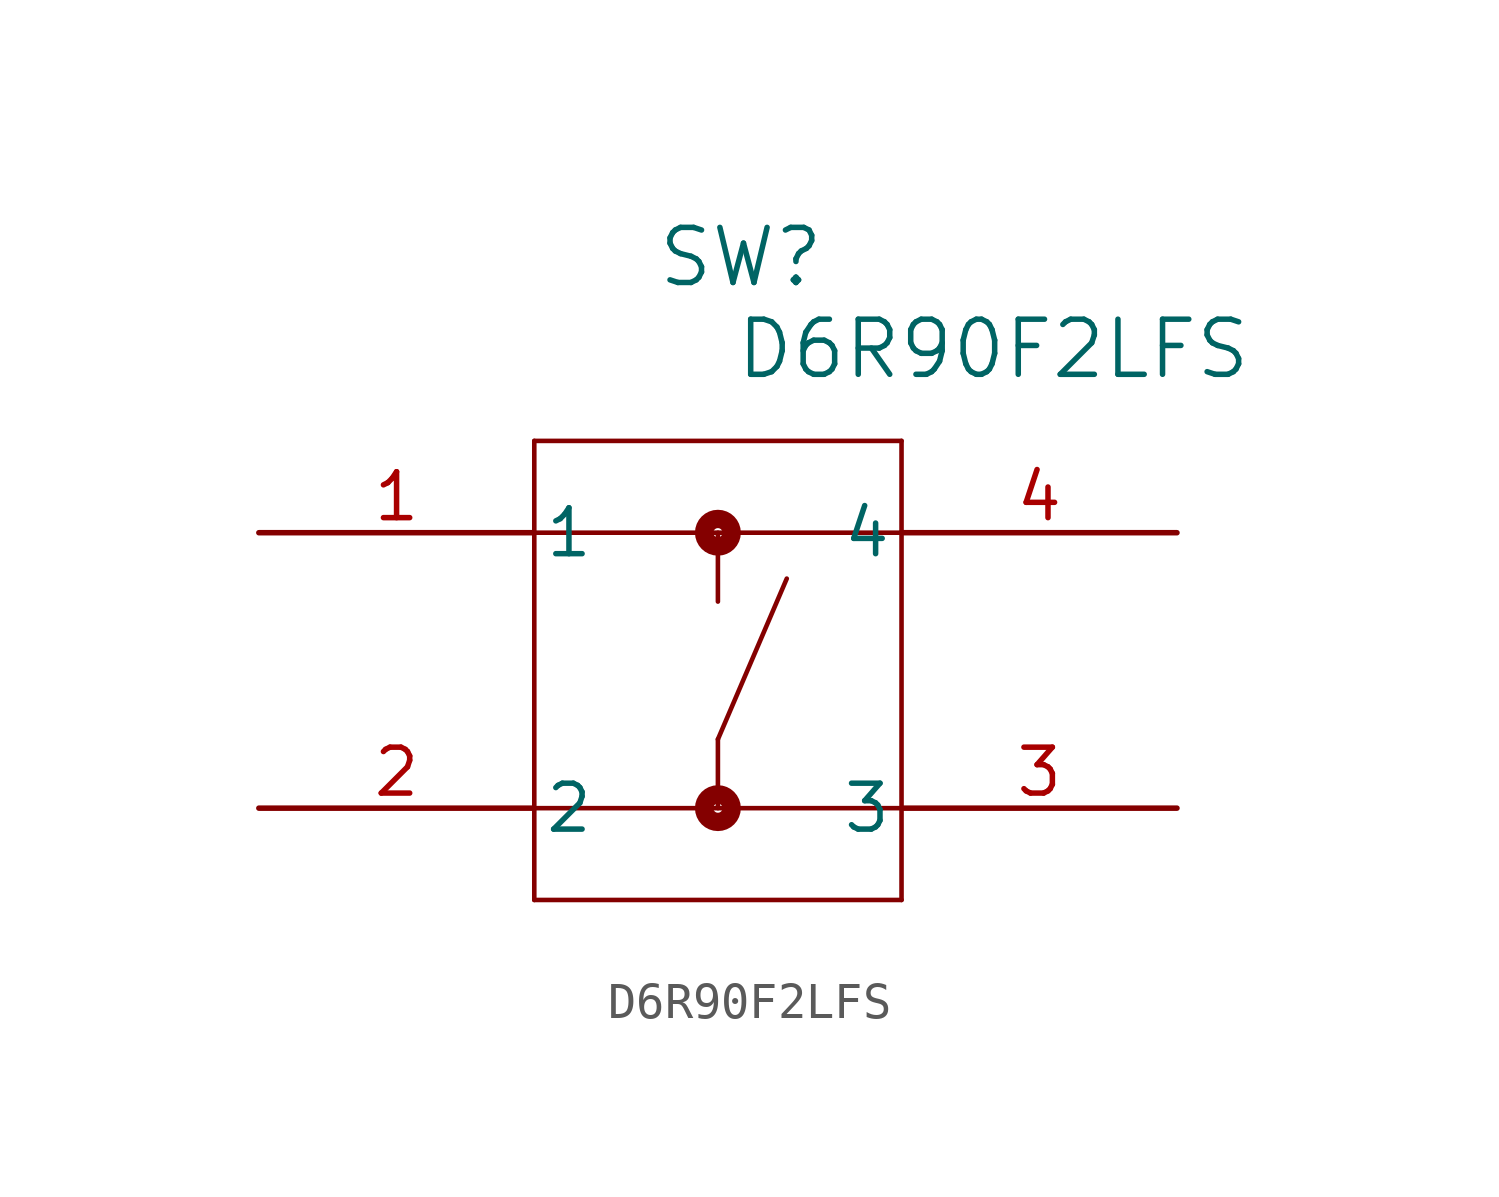
<source format=kicad_sym>
(kicad_symbol_lib
  (version 20211014)
  (generator kicad_symbol_editor)
  (symbol "D6R90F2LFS"
    (pin_names
      (offset 0.254))
    (property "Reference" "SW"
      (at 13.335 7.62 0)
      (effects (font (size 1.524 1.524))))
    (property "Value" "D6R90F2LFS"
      (at 20.32 5.08 0)
      (effects (font (size 1.524 1.524))))
    (symbol "D6R90F2LFS_0_1"
      (polyline (pts (xy 7.62 2.54) (xy 7.62 -10.16)) (stroke (width 0.127) (type default) (color 0 0 0 0)) (fill (type none)))
      (polyline (pts (xy 7.62 -10.16) (xy 17.78 -10.16)) (stroke (width 0.127) (type default) (color 0 0 0 0)) (fill (type none)))
      (polyline (pts (xy 17.78 -10.16) (xy 17.78 2.54)) (stroke (width 0.127) (type default) (color 0 0 0 0)) (fill (type none)))
      (polyline (pts (xy 17.78 2.54) (xy 7.62 2.54)) (stroke (width 0.127) (type default) (color 0 0 0 0)) (fill (type none)))
      (polyline (pts (xy 7.62 0) (xy 17.78 0)) (stroke (width 0.127) (type default) (color 0 0 0 0)) (fill (type none)))
      (polyline (pts (xy 7.62 -7.62) (xy 17.78 -7.62)) (stroke (width 0.127) (type default) (color 0 0 0 0)) (fill (type none)))
      (polyline (pts (xy 12.7 -7.62) (xy 12.7 -5.715)) (stroke (width 0.127) (type default) (color 0 0 0 0)) (fill (type none)))
      (polyline (pts (xy 12.7 0) (xy 12.7 -1.905)) (stroke (width 0.127) (type default) (color 0 0 0 0)) (fill (type none)))
      (polyline (pts (xy 12.7 -5.715) (xy 14.605 -1.27)) (stroke (width 0.127) (type default) (color 0 0 0 0)) (fill (type none)))
      (circle (center 12.7 0) (radius 0.127) (stroke (width 0.508) (type default) (color 0 0 0 0)) (fill (type none)))
      (circle (center 12.7 -7.62) (radius 0.127) (stroke (width 0.508) (type default) (color 0 0 0 0)) (fill (type none)))
      (pin unspecified line (at 0 0 0) (length 7.62) (name "1" (effects (font (size 1.27 1.27)))) (number "1" (effects (font (size 1.27 1.27)))))
      (pin unspecified line (at 0 -7.62 0) (length 7.62) (name "2" (effects (font (size 1.27 1.27)))) (number "2" (effects (font (size 1.27 1.27)))))
      (pin unspecified line (at 25.4 -7.62 180) (length 7.62) (name "3" (effects (font (size 1.27 1.27)))) (number "3" (effects (font (size 1.27 1.27)))))
      (pin unspecified line (at 25.4 0 180) (length 7.62) (name "4" (effects (font (size 1.27 1.27)))) (number "4" (effects (font (size 1.27 1.27))))))))
</source>
